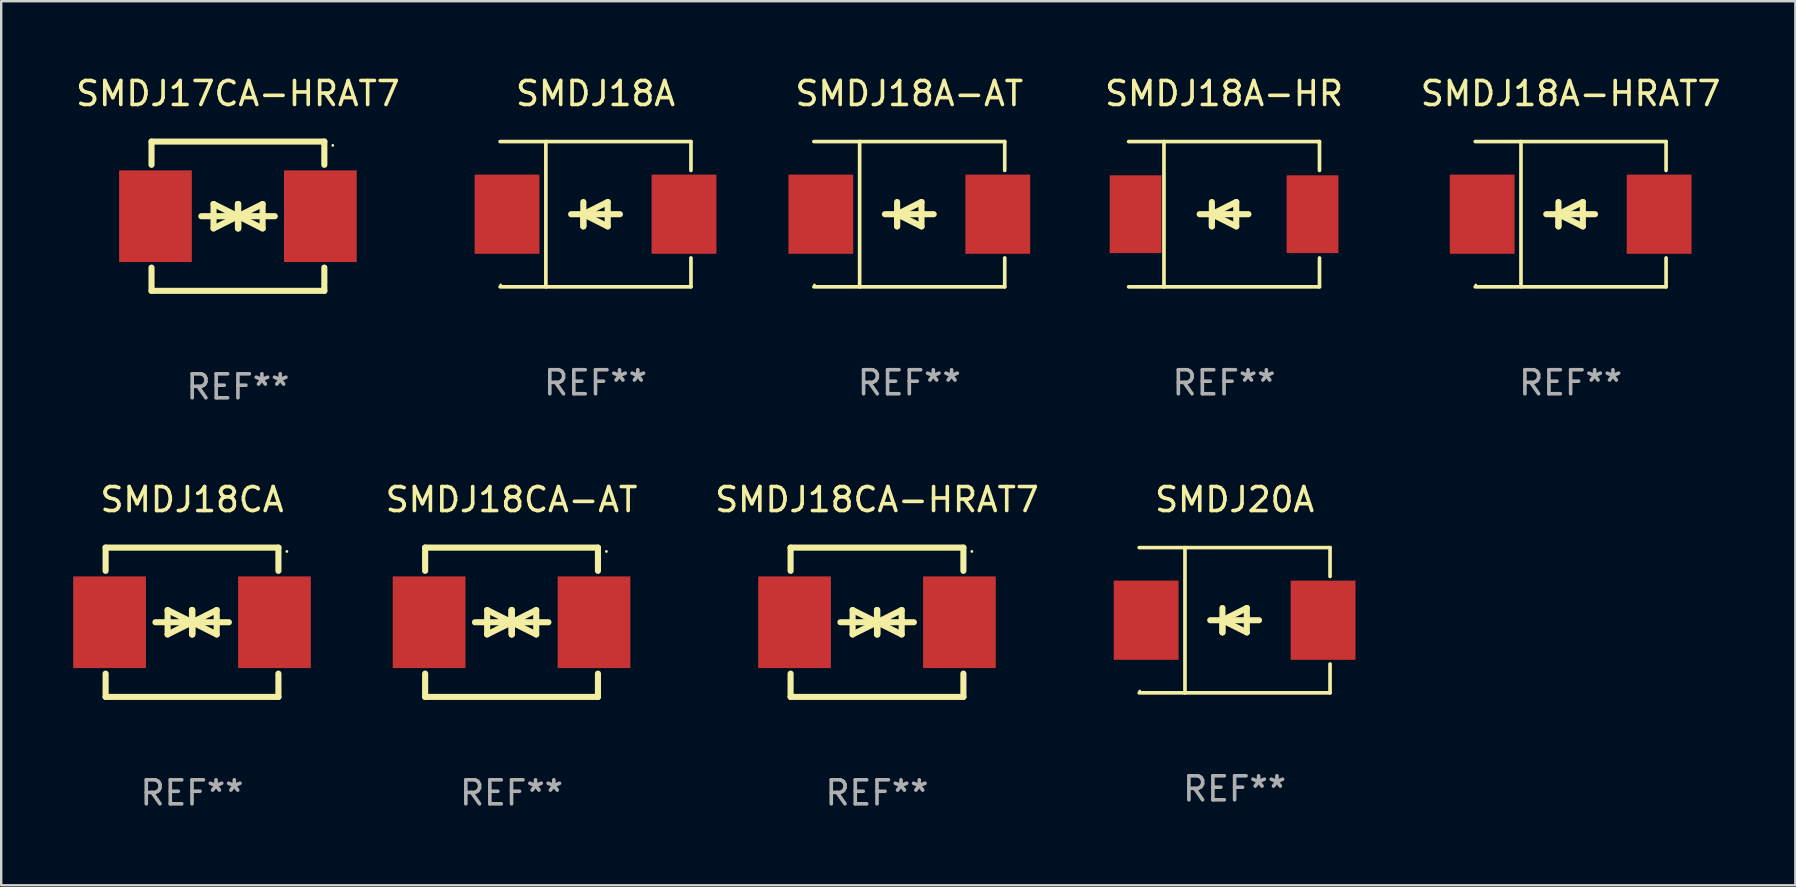
<source format=kicad_pcb>
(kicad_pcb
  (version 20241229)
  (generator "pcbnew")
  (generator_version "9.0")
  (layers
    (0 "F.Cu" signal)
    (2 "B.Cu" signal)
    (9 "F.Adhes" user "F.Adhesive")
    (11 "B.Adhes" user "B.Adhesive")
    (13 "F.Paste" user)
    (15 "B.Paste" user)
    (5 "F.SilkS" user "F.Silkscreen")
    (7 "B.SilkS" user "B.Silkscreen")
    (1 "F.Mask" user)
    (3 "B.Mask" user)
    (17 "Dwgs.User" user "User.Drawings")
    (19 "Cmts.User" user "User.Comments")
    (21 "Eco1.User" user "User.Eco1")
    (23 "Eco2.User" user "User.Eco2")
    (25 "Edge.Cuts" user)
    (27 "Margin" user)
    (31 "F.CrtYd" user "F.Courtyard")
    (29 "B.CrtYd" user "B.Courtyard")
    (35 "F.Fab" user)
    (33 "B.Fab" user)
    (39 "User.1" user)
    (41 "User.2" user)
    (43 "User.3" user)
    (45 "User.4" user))
  (footprint "SMDJ18CA"
    (layer "F.Cu")
    (at 4.95 22.875)
    (property "Reference" "SMDJ18CA" (at 0 -5.11 0) (layer "F.SilkS") (effects (font (size 1 1) (thickness 0.15))))
    (attr through_hole)
    (fp_line (start -3.6 -2.141) (end -3.6 -3.11) (stroke (width 0.254) (type solid)) (layer "F.SilkS"))
    (fp_line (start -3.6 3.11) (end -3.6 2.141) (stroke (width 0.254) (type solid)) (layer "F.SilkS"))
    (fp_line (start -1.524 0) (end 0.508 0) (stroke (width 0.254) (type solid)) (layer "F.SilkS"))
    (fp_line (start -1.016 -0.508) (end -1.016 0.508) (stroke (width 0.254) (type solid)) (layer "F.SilkS"))
    (fp_line (start -1.016 0.508) (end 0 0) (stroke (width 0.254) (type solid)) (layer "F.SilkS"))
    (fp_line (start 0 -0.508) (end 0 0.508) (stroke (width 0.254) (type solid)) (layer "F.SilkS"))
    (fp_line (start 0 0) (end -1.016 -0.508) (stroke (width 0.254) (type solid)) (layer "F.SilkS"))
    (fp_line (start 0 0) (end 0 -0.508) (stroke (width 0.254) (type solid)) (layer "F.SilkS"))
    (fp_line (start 0.012 0) (end 0.012 0.508) (stroke (width 0.254) (type solid)) (layer "F.SilkS"))
    (fp_line (start 0.012 0) (end 1.028 0.508) (stroke (width 0.254) (type solid)) (layer "F.SilkS"))
    (fp_line (start 0.012 0.508) (end 0.012 -0.508) (stroke (width 0.254) (type solid)) (layer "F.SilkS"))
    (fp_line (start 1.028 -0.508) (end 0.012 0) (stroke (width 0.254) (type solid)) (layer "F.SilkS"))
    (fp_line (start 1.028 0.508) (end 1.028 -0.508) (stroke (width 0.254) (type solid)) (layer "F.SilkS"))
    (fp_line (start 1.536 0) (end -0.496 0) (stroke (width 0.254) (type solid)) (layer "F.SilkS"))
    (fp_line (start 3.6 -3.11) (end -3.6 -3.11) (stroke (width 0.254) (type solid)) (layer "F.SilkS"))
    (fp_line (start 3.6 -2.141) (end 3.6 -3.11) (stroke (width 0.254) (type solid)) (layer "F.SilkS"))
    (fp_line (start 3.6 3.11) (end -3.6 3.11) (stroke (width 0.254) (type solid)) (layer "F.SilkS"))
    (fp_line (start 3.6 3.11) (end 3.6 2.141) (stroke (width 0.254) (type solid)) (layer "F.SilkS"))
    (fp_circle (center 3.952 -2.95) (end 3.982 -2.95) (stroke (width 0.06) (type solid)) (fill no) (layer "F.SilkS"))
    (fp_text user "REF**" (at 0 7.11 0) (layer "F.Fab") (effects (font (size 1 1) (thickness 0.15))))
    (pad "1" smd rect (at 3.435 0) (size 3.03 3.82) (layers "F.Cu" "F.Mask" "F.Paste"))
    (pad "2" smd rect (at -3.435 0) (size 3.03 3.82) (layers "F.Cu" "F.Mask" "F.Paste")))
  (footprint "SMDJ18A-HR"
    (layer "F.Cu")
    (at 47.949 5.874)
    (property "Reference" "SMDJ18A-HR" (at 0 -5.026 0) (layer "F.SilkS") (effects (font (size 1 1) (thickness 0.15))))
    (attr through_hole)
    (fp_line (start -3.976 -3.026) (end 3.976 -3.026) (stroke (width 0.152) (type solid)) (layer "F.SilkS"))
    (fp_line (start -3.976 3.026) (end 3.976 3.026) (stroke (width 0.152) (type solid)) (layer "F.SilkS"))
    (fp_line (start -2.504 -3.026) (end -2.504 3.026) (stroke (width 0.152) (type solid)) (layer "F.SilkS"))
    (fp_line (start -0.508 0) (end -0.508 0.508) (stroke (width 0.254) (type solid)) (layer "F.SilkS"))
    (fp_line (start -0.508 0) (end 0.508 0.508) (stroke (width 0.254) (type solid)) (layer "F.SilkS"))
    (fp_line (start -0.508 0.508) (end -0.508 -0.508) (stroke (width 0.254) (type solid)) (layer "F.SilkS"))
    (fp_line (start 0.508 -0.508) (end -0.508 0) (stroke (width 0.254) (type solid)) (layer "F.SilkS"))
    (fp_line (start 0.508 0.508) (end 0.508 -0.508) (stroke (width 0.254) (type solid)) (layer "F.SilkS"))
    (fp_line (start 1.016 0) (end -1.016 0) (stroke (width 0.254) (type solid)) (layer "F.SilkS"))
    (fp_line (start 3.976 -3.026) (end 3.976 -1.823) (stroke (width 0.152) (type solid)) (layer "F.SilkS"))
    (fp_line (start 3.976 3.026) (end 3.976 1.823) (stroke (width 0.152) (type solid)) (layer "F.SilkS"))
    (fp_circle (center 3.95 -2.95) (end 3.98 -2.95) (stroke (width 0.06) (type solid)) (fill no) (layer "F.SilkS"))
    (fp_text user "REF**" (at 0 7.026 0) (layer "F.Fab") (effects (font (size 1 1) (thickness 0.15))))
    (pad "1" smd rect (at 3.686 0 180) (size 2.158 3.24) (layers "F.Cu" "F.Mask" "F.Paste"))
    (pad "2" smd rect (at -3.686 0 180) (size 2.158 3.24) (layers "F.Cu" "F.Mask" "F.Paste")))
  (footprint "SMDJ18CA-AT"
    (layer "F.Cu")
    (at 18.263 22.875)
    (property "Reference" "SMDJ18CA-AT" (at 0 -5.11 0) (layer "F.SilkS") (effects (font (size 1 1) (thickness 0.15))))
    (attr through_hole)
    (fp_line (start -3.6 -2.141) (end -3.6 -3.11) (stroke (width 0.254) (type solid)) (layer "F.SilkS"))
    (fp_line (start -3.6 3.11) (end -3.6 2.141) (stroke (width 0.254) (type solid)) (layer "F.SilkS"))
    (fp_line (start -1.524 0) (end 0.508 0) (stroke (width 0.254) (type solid)) (layer "F.SilkS"))
    (fp_line (start -1.016 -0.508) (end -1.016 0.508) (stroke (width 0.254) (type solid)) (layer "F.SilkS"))
    (fp_line (start -1.016 0.508) (end 0 0) (stroke (width 0.254) (type solid)) (layer "F.SilkS"))
    (fp_line (start 0 -0.508) (end 0 0.508) (stroke (width 0.254) (type solid)) (layer "F.SilkS"))
    (fp_line (start 0 0) (end -1.016 -0.508) (stroke (width 0.254) (type solid)) (layer "F.SilkS"))
    (fp_line (start 0 0) (end 0 -0.508) (stroke (width 0.254) (type solid)) (layer "F.SilkS"))
    (fp_line (start 0.012 0) (end 0.012 0.508) (stroke (width 0.254) (type solid)) (layer "F.SilkS"))
    (fp_line (start 0.012 0) (end 1.028 0.508) (stroke (width 0.254) (type solid)) (layer "F.SilkS"))
    (fp_line (start 0.012 0.508) (end 0.012 -0.508) (stroke (width 0.254) (type solid)) (layer "F.SilkS"))
    (fp_line (start 1.028 -0.508) (end 0.012 0) (stroke (width 0.254) (type solid)) (layer "F.SilkS"))
    (fp_line (start 1.028 0.508) (end 1.028 -0.508) (stroke (width 0.254) (type solid)) (layer "F.SilkS"))
    (fp_line (start 1.536 0) (end -0.496 0) (stroke (width 0.254) (type solid)) (layer "F.SilkS"))
    (fp_line (start 3.6 -3.11) (end -3.6 -3.11) (stroke (width 0.254) (type solid)) (layer "F.SilkS"))
    (fp_line (start 3.6 -2.141) (end 3.6 -3.11) (stroke (width 0.254) (type solid)) (layer "F.SilkS"))
    (fp_line (start 3.6 3.11) (end -3.6 3.11) (stroke (width 0.254) (type solid)) (layer "F.SilkS"))
    (fp_line (start 3.6 3.11) (end 3.6 2.141) (stroke (width 0.254) (type solid)) (layer "F.SilkS"))
    (fp_circle (center 3.952 -2.95) (end 3.982 -2.95) (stroke (width 0.06) (type solid)) (fill no) (layer "F.SilkS"))
    (fp_text user "REF**" (at 0 7.11 0) (layer "F.Fab") (effects (font (size 1 1) (thickness 0.15))))
    (pad "1" smd rect (at 3.435 0) (size 3.03 3.82) (layers "F.Cu" "F.Mask" "F.Paste"))
    (pad "2" smd rect (at -3.435 0) (size 3.03 3.82) (layers "F.Cu" "F.Mask" "F.Paste")))
  (footprint "SMDJ18A-AT"
    (layer "F.Cu")
    (at 34.835 5.874)
    (property "Reference" "SMDJ18A-AT" (at 0 -5.026 0) (layer "F.SilkS") (effects (font (size 1 1) (thickness 0.15))))
    (attr through_hole)
    (fp_line (start -3.976 -3.026) (end 3.976 -3.026) (stroke (width 0.152) (type solid)) (layer "F.SilkS"))
    (fp_line (start -3.976 3.026) (end 3.976 3.026) (stroke (width 0.152) (type solid)) (layer "F.SilkS"))
    (fp_line (start -2.069 -3.026) (end -2.069 3.026) (stroke (width 0.152) (type solid)) (layer "F.SilkS"))
    (fp_line (start -0.508 0) (end -0.508 0.508) (stroke (width 0.254) (type solid)) (layer "F.SilkS"))
    (fp_line (start -0.508 0) (end 0.508 0.508) (stroke (width 0.254) (type solid)) (layer "F.SilkS"))
    (fp_line (start -0.508 0.508) (end -0.508 -0.508) (stroke (width 0.254) (type solid)) (layer "F.SilkS"))
    (fp_line (start 0.508 -0.508) (end -0.508 0) (stroke (width 0.254) (type solid)) (layer "F.SilkS"))
    (fp_line (start 0.508 0.508) (end 0.508 -0.508) (stroke (width 0.254) (type solid)) (layer "F.SilkS"))
    (fp_line (start 1.016 0) (end -1.016 0) (stroke (width 0.254) (type solid)) (layer "F.SilkS"))
    (fp_line (start 3.976 -3.026) (end 3.976 -1.823) (stroke (width 0.152) (type solid)) (layer "F.SilkS"))
    (fp_line (start 3.976 3.026) (end 3.976 1.823) (stroke (width 0.152) (type solid)) (layer "F.SilkS"))
    (fp_circle (center -3.95 2.95) (end -3.92 2.95) (stroke (width 0.06) (type solid)) (fill no) (layer "F.SilkS"))
    (fp_text user "REF**" (at 0 7.026 0) (layer "F.Fab") (effects (font (size 1 1) (thickness 0.15))))
    (pad "1" smd rect (at -3.686 0) (size 2.7 3.3) (layers "F.Cu" "F.Mask" "F.Paste"))
    (pad "2" smd rect (at 3.686 0) (size 2.7 3.3) (layers "F.Cu" "F.Mask" "F.Paste")))
  (footprint "SMDJ18CA-HRAT7"
    (layer "F.Cu")
    (at 33.489 22.875)
    (property "Reference" "SMDJ18CA-HRAT7" (at 0 -5.11 0) (layer "F.SilkS") (effects (font (size 1 1) (thickness 0.15))))
    (attr through_hole)
    (fp_line (start -3.6 -2.141) (end -3.6 -3.11) (stroke (width 0.254) (type solid)) (layer "F.SilkS"))
    (fp_line (start -3.6 3.11) (end -3.6 2.141) (stroke (width 0.254) (type solid)) (layer "F.SilkS"))
    (fp_line (start -1.524 0) (end 0.508 0) (stroke (width 0.254) (type solid)) (layer "F.SilkS"))
    (fp_line (start -1.016 -0.508) (end -1.016 0.508) (stroke (width 0.254) (type solid)) (layer "F.SilkS"))
    (fp_line (start -1.016 0.508) (end 0 0) (stroke (width 0.254) (type solid)) (layer "F.SilkS"))
    (fp_line (start 0 -0.508) (end 0 0.508) (stroke (width 0.254) (type solid)) (layer "F.SilkS"))
    (fp_line (start 0 0) (end -1.016 -0.508) (stroke (width 0.254) (type solid)) (layer "F.SilkS"))
    (fp_line (start 0 0) (end 0 -0.508) (stroke (width 0.254) (type solid)) (layer "F.SilkS"))
    (fp_line (start 0.012 0) (end 0.012 0.508) (stroke (width 0.254) (type solid)) (layer "F.SilkS"))
    (fp_line (start 0.012 0) (end 1.028 0.508) (stroke (width 0.254) (type solid)) (layer "F.SilkS"))
    (fp_line (start 0.012 0.508) (end 0.012 -0.508) (stroke (width 0.254) (type solid)) (layer "F.SilkS"))
    (fp_line (start 1.028 -0.508) (end 0.012 0) (stroke (width 0.254) (type solid)) (layer "F.SilkS"))
    (fp_line (start 1.028 0.508) (end 1.028 -0.508) (stroke (width 0.254) (type solid)) (layer "F.SilkS"))
    (fp_line (start 1.536 0) (end -0.496 0) (stroke (width 0.254) (type solid)) (layer "F.SilkS"))
    (fp_line (start 3.6 -3.11) (end -3.6 -3.11) (stroke (width 0.254) (type solid)) (layer "F.SilkS"))
    (fp_line (start 3.6 -2.141) (end 3.6 -3.11) (stroke (width 0.254) (type solid)) (layer "F.SilkS"))
    (fp_line (start 3.6 3.11) (end -3.6 3.11) (stroke (width 0.254) (type solid)) (layer "F.SilkS"))
    (fp_line (start 3.6 3.11) (end 3.6 2.141) (stroke (width 0.254) (type solid)) (layer "F.SilkS"))
    (fp_circle (center 3.952 -2.95) (end 3.982 -2.95) (stroke (width 0.06) (type solid)) (fill no) (layer "F.SilkS"))
    (fp_text user "REF**" (at 0 7.11 0) (layer "F.Fab") (effects (font (size 1 1) (thickness 0.15))))
    (pad "1" smd rect (at 3.435 0) (size 3.03 3.82) (layers "F.Cu" "F.Mask" "F.Paste"))
    (pad "2" smd rect (at -3.435 0) (size 3.03 3.82) (layers "F.Cu" "F.Mask" "F.Paste")))
  (footprint "SMDJ18A"
    (layer "F.Cu")
    (at 21.762 5.874)
    (property "Reference" "SMDJ18A" (at 0 -5.026 0) (layer "F.SilkS") (effects (font (size 1 1) (thickness 0.15))))
    (attr through_hole)
    (fp_line (start -3.976 -3.026) (end 3.976 -3.026) (stroke (width 0.152) (type solid)) (layer "F.SilkS"))
    (fp_line (start -3.976 3.026) (end 3.976 3.026) (stroke (width 0.152) (type solid)) (layer "F.SilkS"))
    (fp_line (start -2.069 -3.026) (end -2.069 3.026) (stroke (width 0.152) (type solid)) (layer "F.SilkS"))
    (fp_line (start -0.508 0) (end -0.508 0.508) (stroke (width 0.254) (type solid)) (layer "F.SilkS"))
    (fp_line (start -0.508 0) (end 0.508 0.508) (stroke (width 0.254) (type solid)) (layer "F.SilkS"))
    (fp_line (start -0.508 0.508) (end -0.508 -0.508) (stroke (width 0.254) (type solid)) (layer "F.SilkS"))
    (fp_line (start 0.508 -0.508) (end -0.508 0) (stroke (width 0.254) (type solid)) (layer "F.SilkS"))
    (fp_line (start 0.508 0.508) (end 0.508 -0.508) (stroke (width 0.254) (type solid)) (layer "F.SilkS"))
    (fp_line (start 1.016 0) (end -1.016 0) (stroke (width 0.254) (type solid)) (layer "F.SilkS"))
    (fp_line (start 3.976 -3.026) (end 3.976 -1.823) (stroke (width 0.152) (type solid)) (layer "F.SilkS"))
    (fp_line (start 3.976 3.026) (end 3.976 1.823) (stroke (width 0.152) (type solid)) (layer "F.SilkS"))
    (fp_circle (center -3.95 2.95) (end -3.92 2.95) (stroke (width 0.06) (type solid)) (fill no) (layer "F.SilkS"))
    (fp_text user "REF**" (at 0 7.026 0) (layer "F.Fab") (effects (font (size 1 1) (thickness 0.15))))
    (pad "1" smd rect (at -3.686 0) (size 2.7 3.3) (layers "F.Cu" "F.Mask" "F.Paste"))
    (pad "2" smd rect (at 3.686 0) (size 2.7 3.3) (layers "F.Cu" "F.Mask" "F.Paste")))
  (footprint "SMDJ17CA-HRAT7"
    (layer "F.Cu")
    (at 6.863 5.958)
    (property "Reference" "SMDJ17CA-HRAT7" (at 0 -5.11 0) (layer "F.SilkS") (effects (font (size 1 1) (thickness 0.15))))
    (attr through_hole)
    (fp_line (start -3.6 -2.141) (end -3.6 -3.11) (stroke (width 0.254) (type solid)) (layer "F.SilkS"))
    (fp_line (start -3.6 3.11) (end -3.6 2.141) (stroke (width 0.254) (type solid)) (layer "F.SilkS"))
    (fp_line (start -1.524 0) (end 0.508 0) (stroke (width 0.254) (type solid)) (layer "F.SilkS"))
    (fp_line (start -1.016 -0.508) (end -1.016 0.508) (stroke (width 0.254) (type solid)) (layer "F.SilkS"))
    (fp_line (start -1.016 0.508) (end 0 0) (stroke (width 0.254) (type solid)) (layer "F.SilkS"))
    (fp_line (start 0 -0.508) (end 0 0.508) (stroke (width 0.254) (type solid)) (layer "F.SilkS"))
    (fp_line (start 0 0) (end -1.016 -0.508) (stroke (width 0.254) (type solid)) (layer "F.SilkS"))
    (fp_line (start 0 0) (end 0 -0.508) (stroke (width 0.254) (type solid)) (layer "F.SilkS"))
    (fp_line (start 0.012 0) (end 0.012 0.508) (stroke (width 0.254) (type solid)) (layer "F.SilkS"))
    (fp_line (start 0.012 0) (end 1.028 0.508) (stroke (width 0.254) (type solid)) (layer "F.SilkS"))
    (fp_line (start 0.012 0.508) (end 0.012 -0.508) (stroke (width 0.254) (type solid)) (layer "F.SilkS"))
    (fp_line (start 1.028 -0.508) (end 0.012 0) (stroke (width 0.254) (type solid)) (layer "F.SilkS"))
    (fp_line (start 1.028 0.508) (end 1.028 -0.508) (stroke (width 0.254) (type solid)) (layer "F.SilkS"))
    (fp_line (start 1.536 0) (end -0.496 0) (stroke (width 0.254) (type solid)) (layer "F.SilkS"))
    (fp_line (start 3.6 -3.11) (end -3.6 -3.11) (stroke (width 0.254) (type solid)) (layer "F.SilkS"))
    (fp_line (start 3.6 -2.141) (end 3.6 -3.11) (stroke (width 0.254) (type solid)) (layer "F.SilkS"))
    (fp_line (start 3.6 3.11) (end -3.6 3.11) (stroke (width 0.254) (type solid)) (layer "F.SilkS"))
    (fp_line (start 3.6 3.11) (end 3.6 2.141) (stroke (width 0.254) (type solid)) (layer "F.SilkS"))
    (fp_circle (center 3.952 -2.95) (end 3.982 -2.95) (stroke (width 0.06) (type solid)) (fill no) (layer "F.SilkS"))
    (fp_text user "REF**" (at 0 7.11 0) (layer "F.Fab") (effects (font (size 1 1) (thickness 0.15))))
    (pad "1" smd rect (at 3.435 0) (size 3.03 3.82) (layers "F.Cu" "F.Mask" "F.Paste"))
    (pad "2" smd rect (at -3.435 0) (size 3.03 3.82) (layers "F.Cu" "F.Mask" "F.Paste")))
  (footprint "SMDJ18A-HRAT7"
    (layer "F.Cu")
    (at 62.389 5.874)
    (property "Reference" "SMDJ18A-HRAT7" (at 0 -5.026 0) (layer "F.SilkS") (effects (font (size 1 1) (thickness 0.15))))
    (attr through_hole)
    (fp_line (start -3.976 -3.026) (end 3.976 -3.026) (stroke (width 0.152) (type solid)) (layer "F.SilkS"))
    (fp_line (start -3.976 3.026) (end 3.976 3.026) (stroke (width 0.152) (type solid)) (layer "F.SilkS"))
    (fp_line (start -2.069 -3.026) (end -2.069 3.026) (stroke (width 0.152) (type solid)) (layer "F.SilkS"))
    (fp_line (start -0.508 0) (end -0.508 0.508) (stroke (width 0.254) (type solid)) (layer "F.SilkS"))
    (fp_line (start -0.508 0) (end 0.508 0.508) (stroke (width 0.254) (type solid)) (layer "F.SilkS"))
    (fp_line (start -0.508 0.508) (end -0.508 -0.508) (stroke (width 0.254) (type solid)) (layer "F.SilkS"))
    (fp_line (start 0.508 -0.508) (end -0.508 0) (stroke (width 0.254) (type solid)) (layer "F.SilkS"))
    (fp_line (start 0.508 0.508) (end 0.508 -0.508) (stroke (width 0.254) (type solid)) (layer "F.SilkS"))
    (fp_line (start 1.016 0) (end -1.016 0) (stroke (width 0.254) (type solid)) (layer "F.SilkS"))
    (fp_line (start 3.976 -3.026) (end 3.976 -1.823) (stroke (width 0.152) (type solid)) (layer "F.SilkS"))
    (fp_line (start 3.976 3.026) (end 3.976 1.823) (stroke (width 0.152) (type solid)) (layer "F.SilkS"))
    (fp_circle (center -3.95 2.95) (end -3.92 2.95) (stroke (width 0.06) (type solid)) (fill no) (layer "F.SilkS"))
    (fp_text user "REF**" (at 0 7.026 0) (layer "F.Fab") (effects (font (size 1 1) (thickness 0.15))))
    (pad "1" smd rect (at -3.686 0) (size 2.7 3.3) (layers "F.Cu" "F.Mask" "F.Paste"))
    (pad "2" smd rect (at 3.686 0) (size 2.7 3.3) (layers "F.Cu" "F.Mask" "F.Paste")))
  (footprint "SMDJ20A"
    (layer "F.Cu")
    (at 48.389 22.791)
    (property "Reference" "SMDJ20A" (at 0 -5.026 0) (layer "F.SilkS") (effects (font (size 1 1) (thickness 0.15))))
    (attr through_hole)
    (fp_line (start -3.976 -3.026) (end 3.976 -3.026) (stroke (width 0.152) (type solid)) (layer "F.SilkS"))
    (fp_line (start -3.976 3.026) (end 3.976 3.026) (stroke (width 0.152) (type solid)) (layer "F.SilkS"))
    (fp_line (start -2.069 -3.026) (end -2.069 3.026) (stroke (width 0.152) (type solid)) (layer "F.SilkS"))
    (fp_line (start -0.508 0) (end -0.508 0.508) (stroke (width 0.254) (type solid)) (layer "F.SilkS"))
    (fp_line (start -0.508 0) (end 0.508 0.508) (stroke (width 0.254) (type solid)) (layer "F.SilkS"))
    (fp_line (start -0.508 0.508) (end -0.508 -0.508) (stroke (width 0.254) (type solid)) (layer "F.SilkS"))
    (fp_line (start 0.508 -0.508) (end -0.508 0) (stroke (width 0.254) (type solid)) (layer "F.SilkS"))
    (fp_line (start 0.508 0.508) (end 0.508 -0.508) (stroke (width 0.254) (type solid)) (layer "F.SilkS"))
    (fp_line (start 1.016 0) (end -1.016 0) (stroke (width 0.254) (type solid)) (layer "F.SilkS"))
    (fp_line (start 3.976 -3.026) (end 3.976 -1.823) (stroke (width 0.152) (type solid)) (layer "F.SilkS"))
    (fp_line (start 3.976 3.026) (end 3.976 1.823) (stroke (width 0.152) (type solid)) (layer "F.SilkS"))
    (fp_circle (center -3.95 2.95) (end -3.92 2.95) (stroke (width 0.06) (type solid)) (fill no) (layer "F.SilkS"))
    (fp_text user "REF**" (at 0 7.026 0) (layer "F.Fab") (effects (font (size 1 1) (thickness 0.15))))
    (pad "1" smd rect (at -3.686 0) (size 2.7 3.3) (layers "F.Cu" "F.Mask" "F.Paste"))
    (pad "2" smd rect (at 3.686 0) (size 2.7 3.3) (layers "F.Cu" "F.Mask" "F.Paste")))
  (gr_rect
    (start -3 -3)
    (end 71.752 33.833)
    (stroke (width 0.1) (type default))
    (fill no)
    (layer "Edge.Cuts")))
</source>
